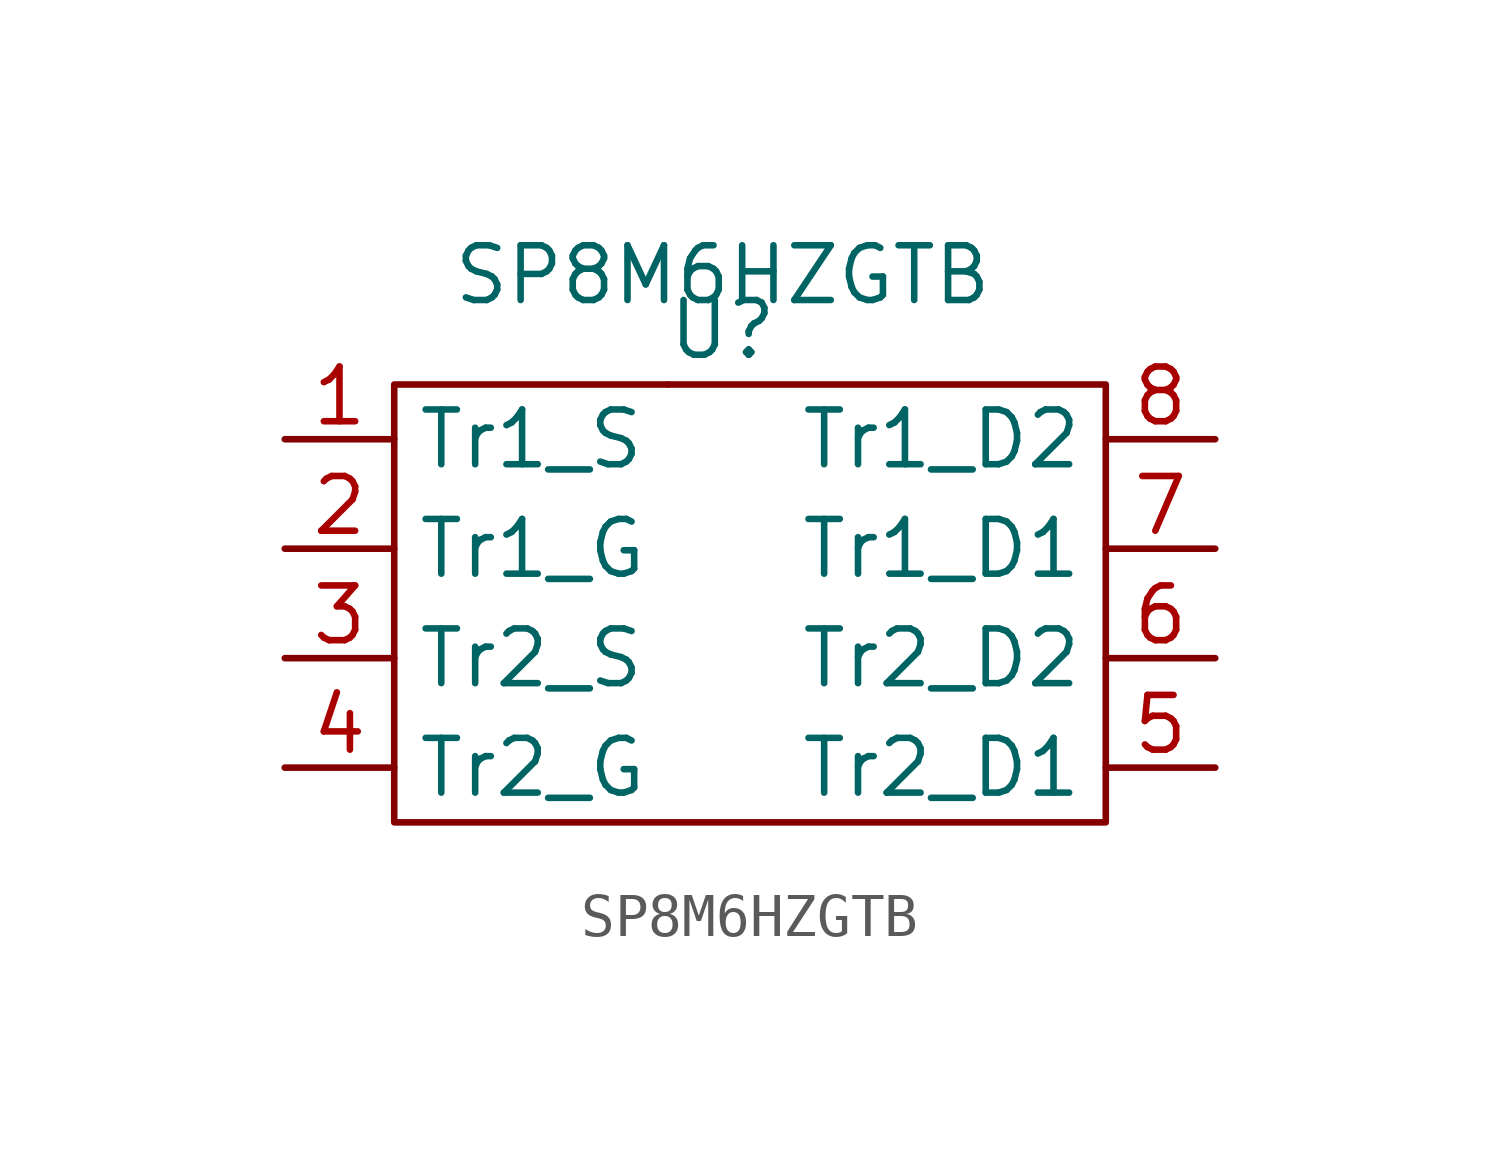
<source format=kicad_sym>
(kicad_symbol_lib
  (version 20211014)
  (generator kicad_symbol_editor)
  (symbol "SP8M6HZGTB"
    (property "Reference" "U"
      (at 0 2.54 0)
      (effects (font (size 1.27 1.27))))
    (property "Value" "SP8M6HZGTB"
      (at 0 3.81 0)
      (effects (font (size 1.27 1.27))))
    (symbol "SP8M6HZGTB_0_1"
      (rectangle (start -7.62 1.27) (end 8.89 -8.89) (stroke (width 0) (type default) (color 0 0 0 0)) (fill (type none)))
      (rectangle (start -1.27 1.27) (end -1.27 1.27) (stroke (width 0) (type default) (color 0 0 0 0)) (fill (type none))))
    (symbol "SP8M6HZGTB_1_1"
      (pin output line (at -10.16 0 0) (length 2.54) (name "Tr1_S" (effects (font (size 1.27 1.27)))) (number "1" (effects (font (size 1.27 1.27)))))
      (pin input line (at -10.16 -2.54 0) (length 2.54) (name "Tr1_G" (effects (font (size 1.27 1.27)))) (number "2" (effects (font (size 1.27 1.27)))))
      (pin input line (at -10.16 -5.08 0) (length 2.54) (name "Tr2_S" (effects (font (size 1.27 1.27)))) (number "3" (effects (font (size 1.27 1.27)))))
      (pin output line (at -10.16 -7.62 0) (length 2.54) (name "Tr2_G" (effects (font (size 1.27 1.27)))) (number "4" (effects (font (size 1.27 1.27)))))
      (pin input line (at 11.43 -7.62 180) (length 2.54) (name "Tr2_D1" (effects (font (size 1.27 1.27)))) (number "5" (effects (font (size 1.27 1.27)))))
      (pin input line (at 11.43 -5.08 180) (length 2.54) (name "Tr2_D2" (effects (font (size 1.27 1.27)))) (number "6" (effects (font (size 1.27 1.27)))))
      (pin input line (at 11.43 -2.54 180) (length 2.54) (name "Tr1_D1" (effects (font (size 1.27 1.27)))) (number "7" (effects (font (size 1.27 1.27)))))
      (pin input line (at 11.43 0 180) (length 2.54) (name "Tr1_D2" (effects (font (size 1.27 1.27)))) (number "8" (effects (font (size 1.27 1.27))))))))
</source>
